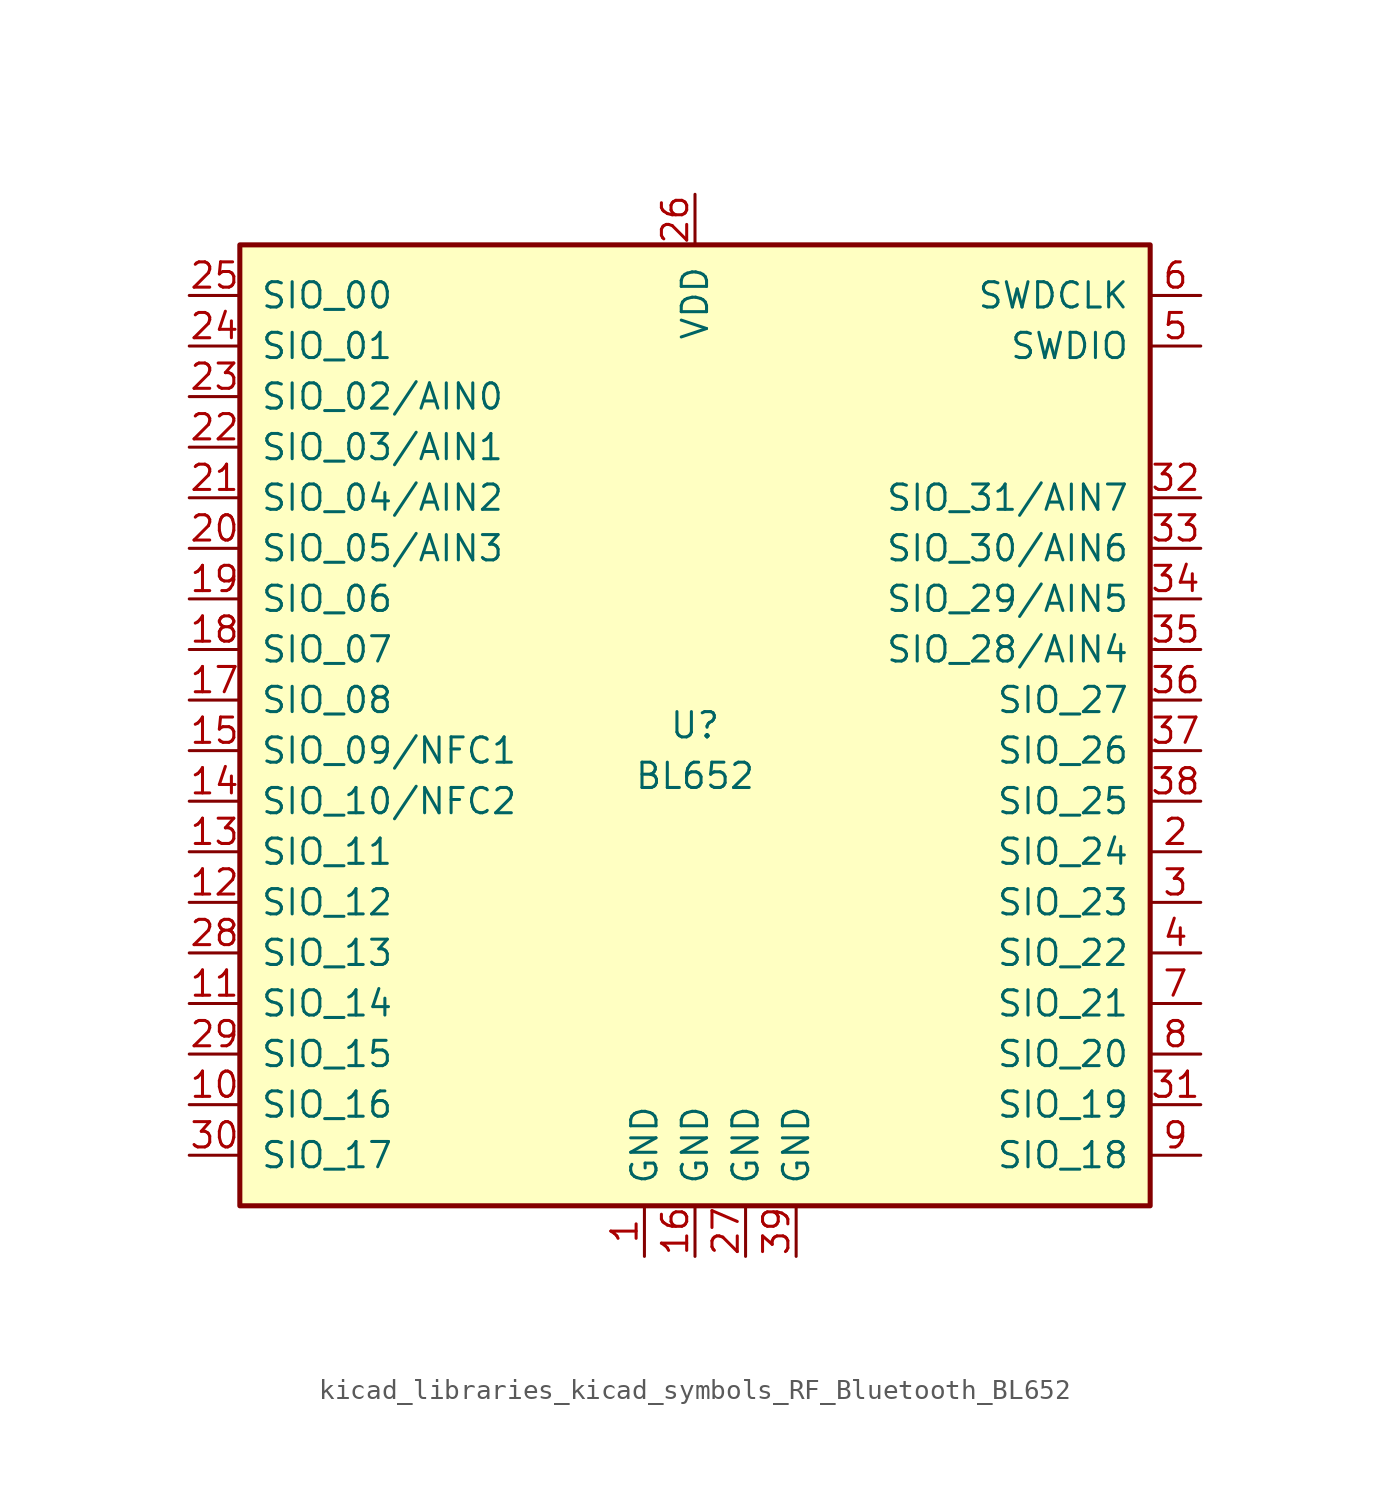
<source format=kicad_sym>
(kicad_symbol_lib
  (version 20220914)
  (generator kicad_symbol_editor)
  (symbol "kicad_libraries_kicad_symbols_RF_Bluetooth_BL652"
    (pin_names
      (offset 1.016))
    (property "Reference" "U"
      (at 0 1.27 0)
      (effects (font (size 1.27 1.27))))
    (property "Value" "BL652"
      (at 0 -1.27 0)
      (effects (font (size 1.27 1.27))))
    (symbol "kicad_libraries_kicad_symbols_RF_Bluetooth_BL652_0_1"
      (rectangle (start 22.86 25.4) (end -22.86 -22.86) (stroke (width 0.254) (type default)) (fill (type background))))
    (symbol "kicad_libraries_kicad_symbols_RF_Bluetooth_BL652_1_1"
      (pin power_in line (at -2.54 -25.4 90) (length 2.54) (name "GND" (effects (font (size 1.27 1.27)))) (number "1" (effects (font (size 1.27 1.27)))))
      (pin bidirectional line (at -25.4 -17.78 0) (length 2.54) (name "SIO_16" (effects (font (size 1.27 1.27)))) (number "10" (effects (font (size 1.27 1.27)))))
      (pin bidirectional line (at -25.4 -12.7 0) (length 2.54) (name "SIO_14" (effects (font (size 1.27 1.27)))) (number "11" (effects (font (size 1.27 1.27)))))
      (pin bidirectional line (at -25.4 -7.62 0) (length 2.54) (name "SIO_12" (effects (font (size 1.27 1.27)))) (number "12" (effects (font (size 1.27 1.27)))))
      (pin bidirectional line (at -25.4 -5.08 0) (length 2.54) (name "SIO_11" (effects (font (size 1.27 1.27)))) (number "13" (effects (font (size 1.27 1.27)))))
      (pin bidirectional line (at -25.4 -2.54 0) (length 2.54) (name "SIO_10/NFC2" (effects (font (size 1.27 1.27)))) (number "14" (effects (font (size 1.27 1.27)))))
      (pin bidirectional line (at -25.4 0 0) (length 2.54) (name "SIO_09/NFC1" (effects (font (size 1.27 1.27)))) (number "15" (effects (font (size 1.27 1.27)))))
      (pin power_in line (at 0 -25.4 90) (length 2.54) (name "GND" (effects (font (size 1.27 1.27)))) (number "16" (effects (font (size 1.27 1.27)))))
      (pin bidirectional line (at -25.4 2.54 0) (length 2.54) (name "SIO_08" (effects (font (size 1.27 1.27)))) (number "17" (effects (font (size 1.27 1.27)))))
      (pin bidirectional line (at -25.4 5.08 0) (length 2.54) (name "SIO_07" (effects (font (size 1.27 1.27)))) (number "18" (effects (font (size 1.27 1.27)))))
      (pin bidirectional line (at -25.4 7.62 0) (length 2.54) (name "SIO_06" (effects (font (size 1.27 1.27)))) (number "19" (effects (font (size 1.27 1.27)))))
      (pin bidirectional line (at 25.4 -5.08 180) (length 2.54) (name "SIO_24" (effects (font (size 1.27 1.27)))) (number "2" (effects (font (size 1.27 1.27)))))
      (pin bidirectional line (at -25.4 10.16 0) (length 2.54) (name "SIO_05/AIN3" (effects (font (size 1.27 1.27)))) (number "20" (effects (font (size 1.27 1.27)))))
      (pin bidirectional line (at -25.4 12.7 0) (length 2.54) (name "SIO_04/AIN2" (effects (font (size 1.27 1.27)))) (number "21" (effects (font (size 1.27 1.27)))))
      (pin bidirectional line (at -25.4 15.24 0) (length 2.54) (name "SIO_03/AIN1" (effects (font (size 1.27 1.27)))) (number "22" (effects (font (size 1.27 1.27)))))
      (pin bidirectional line (at -25.4 17.78 0) (length 2.54) (name "SIO_02/AIN0" (effects (font (size 1.27 1.27)))) (number "23" (effects (font (size 1.27 1.27)))))
      (pin bidirectional line (at -25.4 20.32 0) (length 2.54) (name "SIO_01" (effects (font (size 1.27 1.27)))) (number "24" (effects (font (size 1.27 1.27)))))
      (pin bidirectional line (at -25.4 22.86 0) (length 2.54) (name "SIO_00" (effects (font (size 1.27 1.27)))) (number "25" (effects (font (size 1.27 1.27)))))
      (pin power_in line (at 0 27.94 270) (length 2.54) (name "VDD" (effects (font (size 1.27 1.27)))) (number "26" (effects (font (size 1.27 1.27)))))
      (pin power_in line (at 2.54 -25.4 90) (length 2.54) (name "GND" (effects (font (size 1.27 1.27)))) (number "27" (effects (font (size 1.27 1.27)))))
      (pin bidirectional line (at -25.4 -10.16 0) (length 2.54) (name "SIO_13" (effects (font (size 1.27 1.27)))) (number "28" (effects (font (size 1.27 1.27)))))
      (pin bidirectional line (at -25.4 -15.24 0) (length 2.54) (name "SIO_15" (effects (font (size 1.27 1.27)))) (number "29" (effects (font (size 1.27 1.27)))))
      (pin bidirectional line (at 25.4 -7.62 180) (length 2.54) (name "SIO_23" (effects (font (size 1.27 1.27)))) (number "3" (effects (font (size 1.27 1.27)))))
      (pin bidirectional line (at -25.4 -20.32 0) (length 2.54) (name "SIO_17" (effects (font (size 1.27 1.27)))) (number "30" (effects (font (size 1.27 1.27)))))
      (pin bidirectional line (at 25.4 -17.78 180) (length 2.54) (name "SIO_19" (effects (font (size 1.27 1.27)))) (number "31" (effects (font (size 1.27 1.27)))))
      (pin bidirectional line (at 25.4 12.7 180) (length 2.54) (name "SIO_31/AIN7" (effects (font (size 1.27 1.27)))) (number "32" (effects (font (size 1.27 1.27)))))
      (pin bidirectional line (at 25.4 10.16 180) (length 2.54) (name "SIO_30/AIN6" (effects (font (size 1.27 1.27)))) (number "33" (effects (font (size 1.27 1.27)))))
      (pin bidirectional line (at 25.4 7.62 180) (length 2.54) (name "SIO_29/AIN5" (effects (font (size 1.27 1.27)))) (number "34" (effects (font (size 1.27 1.27)))))
      (pin bidirectional line (at 25.4 5.08 180) (length 2.54) (name "SIO_28/AIN4" (effects (font (size 1.27 1.27)))) (number "35" (effects (font (size 1.27 1.27)))))
      (pin bidirectional line (at 25.4 2.54 180) (length 2.54) (name "SIO_27" (effects (font (size 1.27 1.27)))) (number "36" (effects (font (size 1.27 1.27)))))
      (pin bidirectional line (at 25.4 0 180) (length 2.54) (name "SIO_26" (effects (font (size 1.27 1.27)))) (number "37" (effects (font (size 1.27 1.27)))))
      (pin bidirectional line (at 25.4 -2.54 180) (length 2.54) (name "SIO_25" (effects (font (size 1.27 1.27)))) (number "38" (effects (font (size 1.27 1.27)))))
      (pin power_in line (at 5.08 -25.4 90) (length 2.54) (name "GND" (effects (font (size 1.27 1.27)))) (number "39" (effects (font (size 1.27 1.27)))))
      (pin bidirectional line (at 25.4 -10.16 180) (length 2.54) (name "SIO_22" (effects (font (size 1.27 1.27)))) (number "4" (effects (font (size 1.27 1.27)))))
      (pin bidirectional line (at 25.4 20.32 180) (length 2.54) (name "SWDIO" (effects (font (size 1.27 1.27)))) (number "5" (effects (font (size 1.27 1.27)))))
      (pin bidirectional line (at 25.4 22.86 180) (length 2.54) (name "SWDCLK" (effects (font (size 1.27 1.27)))) (number "6" (effects (font (size 1.27 1.27)))))
      (pin bidirectional line (at 25.4 -12.7 180) (length 2.54) (name "SIO_21" (effects (font (size 1.27 1.27)))) (number "7" (effects (font (size 1.27 1.27)))))
      (pin bidirectional line (at 25.4 -15.24 180) (length 2.54) (name "SIO_20" (effects (font (size 1.27 1.27)))) (number "8" (effects (font (size 1.27 1.27)))))
      (pin bidirectional line (at 25.4 -20.32 180) (length 2.54) (name "SIO_18" (effects (font (size 1.27 1.27)))) (number "9" (effects (font (size 1.27 1.27))))))))
</source>
